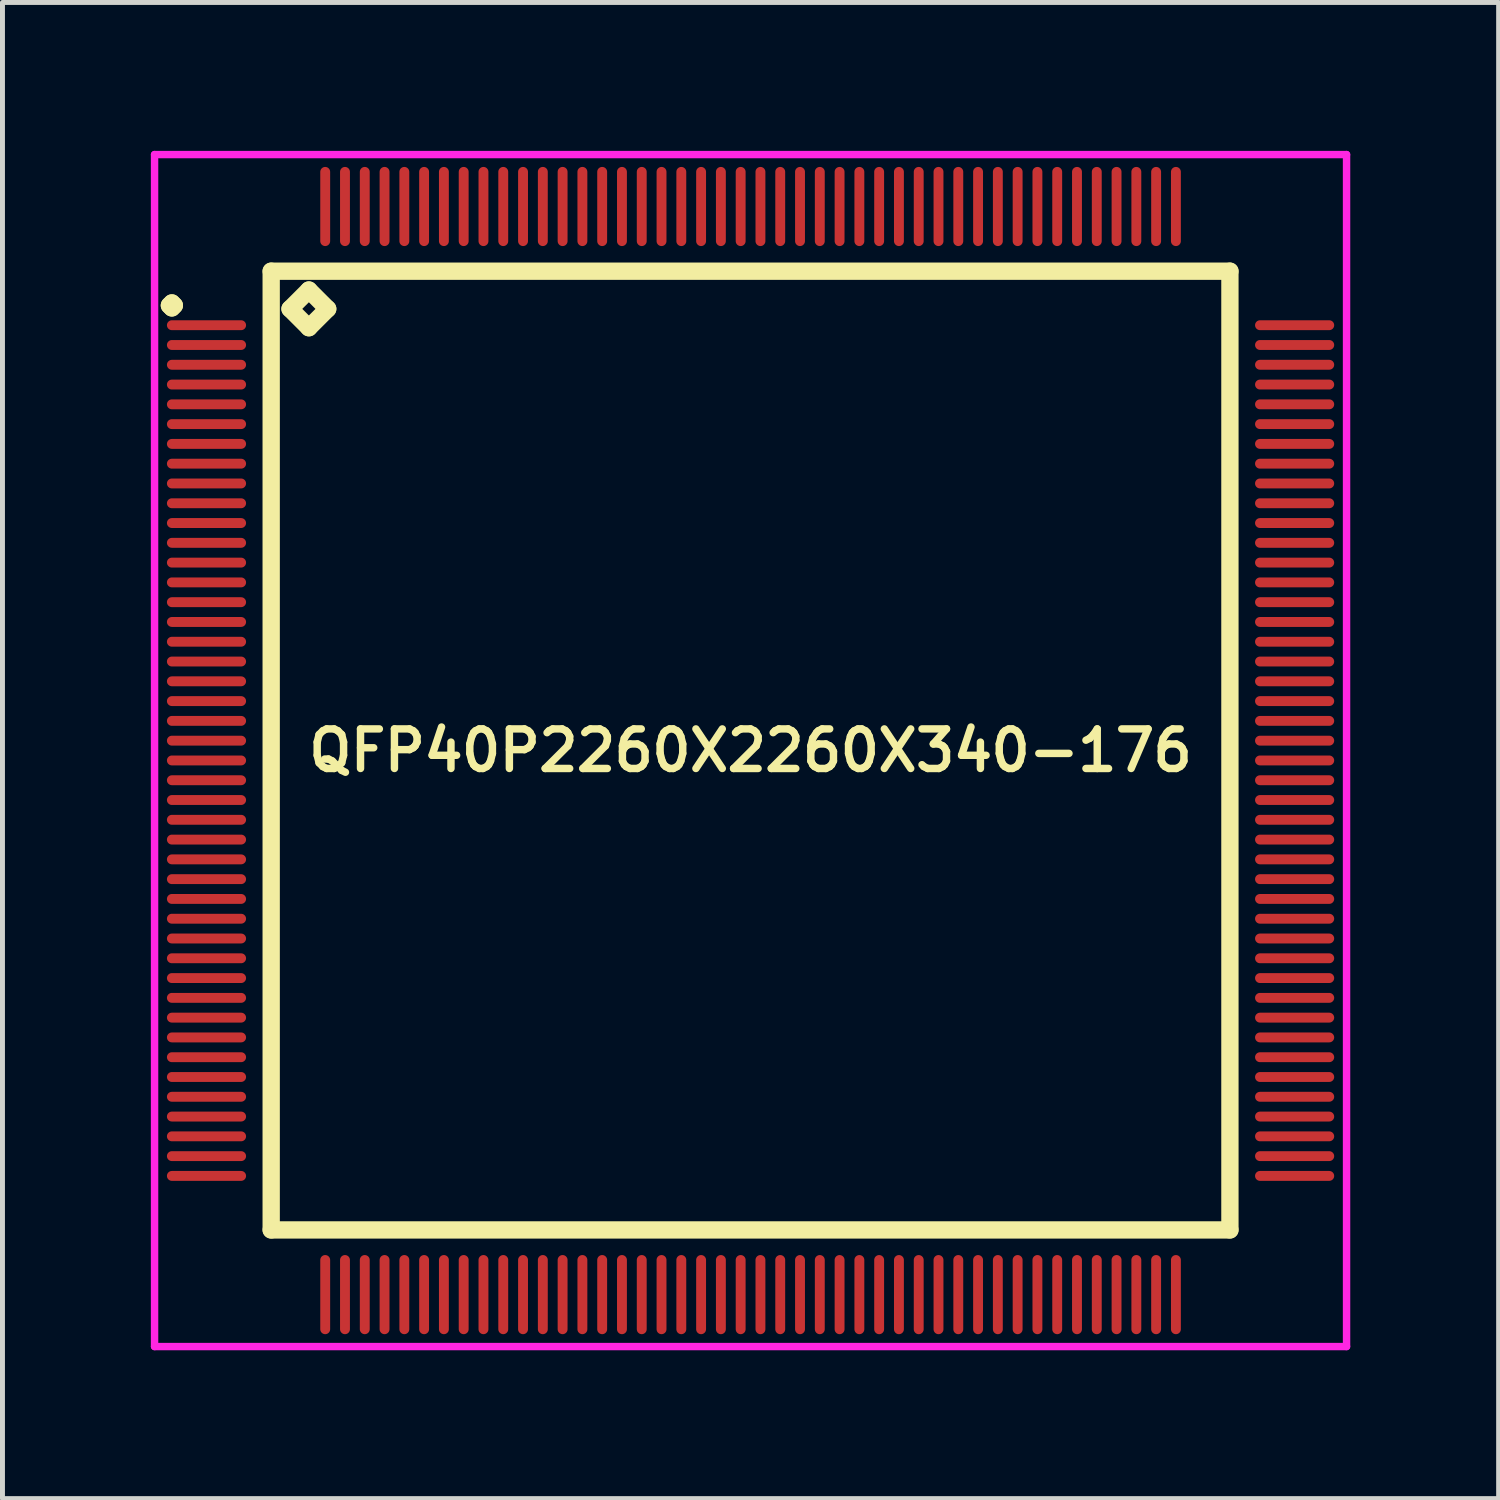
<source format=kicad_pcb>
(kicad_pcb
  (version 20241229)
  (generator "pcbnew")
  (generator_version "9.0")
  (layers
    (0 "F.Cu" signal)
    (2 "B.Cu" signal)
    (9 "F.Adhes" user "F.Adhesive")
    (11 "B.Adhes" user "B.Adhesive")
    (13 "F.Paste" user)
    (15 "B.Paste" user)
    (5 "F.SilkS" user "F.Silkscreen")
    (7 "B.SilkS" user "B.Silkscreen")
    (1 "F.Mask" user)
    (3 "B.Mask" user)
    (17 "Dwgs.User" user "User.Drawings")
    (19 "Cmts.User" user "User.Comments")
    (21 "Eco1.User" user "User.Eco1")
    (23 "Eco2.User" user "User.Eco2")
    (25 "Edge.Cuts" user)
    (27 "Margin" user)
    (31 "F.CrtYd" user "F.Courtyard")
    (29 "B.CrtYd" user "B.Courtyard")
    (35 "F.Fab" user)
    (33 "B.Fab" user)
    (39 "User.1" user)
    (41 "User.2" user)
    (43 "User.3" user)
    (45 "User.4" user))
  (footprint "QFP40P2260X2260X340-176"
    (layer "F.Cu")
    (at 12.125 12.125)
    (property "Reference" "QFP40P2260X2260X340-176" (at 0 0 0) (layer "F.SilkS") (effects (font (size 0.8 0.8) (thickness 0.15))))
    (attr smd)
    (fp_line (start -11.75 -9) (end -11.7 -9.05) (stroke (width 0.35) (type solid)) (layer "F.SilkS"))
    (fp_line (start -11.7 -9.05) (end -11.65 -9) (stroke (width 0.35) (type solid)) (layer "F.SilkS"))
    (fp_line (start -11.7 -8.95) (end -11.75 -9) (stroke (width 0.35) (type solid)) (layer "F.SilkS"))
    (fp_line (start -11.65 -9) (end -11.7 -8.95) (stroke (width 0.35) (type solid)) (layer "F.SilkS"))
    (fp_line (start -9.692 -9.692) (end -9.692 9.692) (stroke (width 0.35) (type solid)) (layer "F.SilkS"))
    (fp_line (start -9.692 9.692) (end 9.692 9.692) (stroke (width 0.35) (type solid)) (layer "F.SilkS"))
    (fp_line (start -9.311 -8.93) (end -8.93 -9.311) (stroke (width 0.35) (type solid)) (layer "F.SilkS"))
    (fp_line (start -8.93 -9.311) (end -8.549 -8.93) (stroke (width 0.35) (type solid)) (layer "F.SilkS"))
    (fp_line (start -8.93 -8.549) (end -9.311 -8.93) (stroke (width 0.35) (type solid)) (layer "F.SilkS"))
    (fp_line (start -8.549 -8.93) (end -8.93 -8.549) (stroke (width 0.35) (type solid)) (layer "F.SilkS"))
    (fp_line (start 9.692 -9.692) (end -9.692 -9.692) (stroke (width 0.35) (type solid)) (layer "F.SilkS"))
    (fp_line (start 9.692 9.692) (end 9.692 -9.692) (stroke (width 0.35) (type solid)) (layer "F.SilkS"))
    (fp_line (start -12.05 -12.05) (end 12.05 -12.05) (stroke (width 0.15) (type solid)) (layer "F.CrtYd"))
    (fp_line (start -12.05 12.05) (end -12.05 -12.05) (stroke (width 0.15) (type solid)) (layer "F.CrtYd"))
    (fp_line (start 12.05 -12.05) (end 12.05 12.05) (stroke (width 0.15) (type solid)) (layer "F.CrtYd"))
    (fp_line (start 12.05 12.05) (end -12.05 12.05) (stroke (width 0.15) (type solid)) (layer "F.CrtYd"))
    (pad "1" smd oval (at -11 -8.6) (size 1.6 0.2) (layers "F.Cu" "F.Mask" "F.Paste"))
    (pad "2" smd oval (at -11 -8.2) (size 1.6 0.2) (layers "F.Cu" "F.Mask" "F.Paste"))
    (pad "3" smd oval (at -11 -7.8) (size 1.6 0.2) (layers "F.Cu" "F.Mask" "F.Paste"))
    (pad "4" smd oval (at -11 -7.4) (size 1.6 0.2) (layers "F.Cu" "F.Mask" "F.Paste"))
    (pad "5" smd oval (at -11 -7) (size 1.6 0.2) (layers "F.Cu" "F.Mask" "F.Paste"))
    (pad "6" smd oval (at -11 -6.6) (size 1.6 0.2) (layers "F.Cu" "F.Mask" "F.Paste"))
    (pad "7" smd oval (at -11 -6.2) (size 1.6 0.2) (layers "F.Cu" "F.Mask" "F.Paste"))
    (pad "8" smd oval (at -11 -5.8) (size 1.6 0.2) (layers "F.Cu" "F.Mask" "F.Paste"))
    (pad "9" smd oval (at -11 -5.4) (size 1.6 0.2) (layers "F.Cu" "F.Mask" "F.Paste"))
    (pad "10" smd oval (at -11 -5) (size 1.6 0.2) (layers "F.Cu" "F.Mask" "F.Paste"))
    (pad "11" smd oval (at -11 -4.6) (size 1.6 0.2) (layers "F.Cu" "F.Mask" "F.Paste"))
    (pad "12" smd oval (at -11 -4.2) (size 1.6 0.2) (layers "F.Cu" "F.Mask" "F.Paste"))
    (pad "13" smd oval (at -11 -3.8) (size 1.6 0.2) (layers "F.Cu" "F.Mask" "F.Paste"))
    (pad "14" smd oval (at -11 -3.4) (size 1.6 0.2) (layers "F.Cu" "F.Mask" "F.Paste"))
    (pad "15" smd oval (at -11 -3) (size 1.6 0.2) (layers "F.Cu" "F.Mask" "F.Paste"))
    (pad "16" smd oval (at -11 -2.6) (size 1.6 0.2) (layers "F.Cu" "F.Mask" "F.Paste"))
    (pad "17" smd oval (at -11 -2.2) (size 1.6 0.2) (layers "F.Cu" "F.Mask" "F.Paste"))
    (pad "18" smd oval (at -11 -1.8) (size 1.6 0.2) (layers "F.Cu" "F.Mask" "F.Paste"))
    (pad "19" smd oval (at -11 -1.4) (size 1.6 0.2) (layers "F.Cu" "F.Mask" "F.Paste"))
    (pad "20" smd oval (at -11 -1) (size 1.6 0.2) (layers "F.Cu" "F.Mask" "F.Paste"))
    (pad "21" smd oval (at -11 -0.6) (size 1.6 0.2) (layers "F.Cu" "F.Mask" "F.Paste"))
    (pad "22" smd oval (at -11 -0.2) (size 1.6 0.2) (layers "F.Cu" "F.Mask" "F.Paste"))
    (pad "23" smd oval (at -11 0.2) (size 1.6 0.2) (layers "F.Cu" "F.Mask" "F.Paste"))
    (pad "24" smd oval (at -11 0.6) (size 1.6 0.2) (layers "F.Cu" "F.Mask" "F.Paste"))
    (pad "25" smd oval (at -11 1) (size 1.6 0.2) (layers "F.Cu" "F.Mask" "F.Paste"))
    (pad "26" smd oval (at -11 1.4) (size 1.6 0.2) (layers "F.Cu" "F.Mask" "F.Paste"))
    (pad "27" smd oval (at -11 1.8) (size 1.6 0.2) (layers "F.Cu" "F.Mask" "F.Paste"))
    (pad "28" smd oval (at -11 2.2) (size 1.6 0.2) (layers "F.Cu" "F.Mask" "F.Paste"))
    (pad "29" smd oval (at -11 2.6) (size 1.6 0.2) (layers "F.Cu" "F.Mask" "F.Paste"))
    (pad "30" smd oval (at -11 3) (size 1.6 0.2) (layers "F.Cu" "F.Mask" "F.Paste"))
    (pad "31" smd oval (at -11 3.4) (size 1.6 0.2) (layers "F.Cu" "F.Mask" "F.Paste"))
    (pad "32" smd oval (at -11 3.8) (size 1.6 0.2) (layers "F.Cu" "F.Mask" "F.Paste"))
    (pad "33" smd oval (at -11 4.2) (size 1.6 0.2) (layers "F.Cu" "F.Mask" "F.Paste"))
    (pad "34" smd oval (at -11 4.6) (size 1.6 0.2) (layers "F.Cu" "F.Mask" "F.Paste"))
    (pad "35" smd oval (at -11 5) (size 1.6 0.2) (layers "F.Cu" "F.Mask" "F.Paste"))
    (pad "36" smd oval (at -11 5.4) (size 1.6 0.2) (layers "F.Cu" "F.Mask" "F.Paste"))
    (pad "37" smd oval (at -11 5.8) (size 1.6 0.2) (layers "F.Cu" "F.Mask" "F.Paste"))
    (pad "38" smd oval (at -11 6.2) (size 1.6 0.2) (layers "F.Cu" "F.Mask" "F.Paste"))
    (pad "39" smd oval (at -11 6.6) (size 1.6 0.2) (layers "F.Cu" "F.Mask" "F.Paste"))
    (pad "40" smd oval (at -11 7) (size 1.6 0.2) (layers "F.Cu" "F.Mask" "F.Paste"))
    (pad "41" smd oval (at -11 7.4) (size 1.6 0.2) (layers "F.Cu" "F.Mask" "F.Paste"))
    (pad "42" smd oval (at -11 7.8) (size 1.6 0.2) (layers "F.Cu" "F.Mask" "F.Paste"))
    (pad "43" smd oval (at -11 8.2) (size 1.6 0.2) (layers "F.Cu" "F.Mask" "F.Paste"))
    (pad "44" smd oval (at -11 8.6) (size 1.6 0.2) (layers "F.Cu" "F.Mask" "F.Paste"))
    (pad "45" smd oval (at -8.6 11) (size 0.2 1.6) (layers "F.Cu" "F.Mask" "F.Paste"))
    (pad "46" smd oval (at -8.2 11) (size 0.2 1.6) (layers "F.Cu" "F.Mask" "F.Paste"))
    (pad "47" smd oval (at -7.8 11) (size 0.2 1.6) (layers "F.Cu" "F.Mask" "F.Paste"))
    (pad "48" smd oval (at -7.4 11) (size 0.2 1.6) (layers "F.Cu" "F.Mask" "F.Paste"))
    (pad "49" smd oval (at -7 11) (size 0.2 1.6) (layers "F.Cu" "F.Mask" "F.Paste"))
    (pad "50" smd oval (at -6.6 11) (size 0.2 1.6) (layers "F.Cu" "F.Mask" "F.Paste"))
    (pad "51" smd oval (at -6.2 11) (size 0.2 1.6) (layers "F.Cu" "F.Mask" "F.Paste"))
    (pad "52" smd oval (at -5.8 11) (size 0.2 1.6) (layers "F.Cu" "F.Mask" "F.Paste"))
    (pad "53" smd oval (at -5.4 11) (size 0.2 1.6) (layers "F.Cu" "F.Mask" "F.Paste"))
    (pad "54" smd oval (at -5 11) (size 0.2 1.6) (layers "F.Cu" "F.Mask" "F.Paste"))
    (pad "55" smd oval (at -4.6 11) (size 0.2 1.6) (layers "F.Cu" "F.Mask" "F.Paste"))
    (pad "56" smd oval (at -4.2 11) (size 0.2 1.6) (layers "F.Cu" "F.Mask" "F.Paste"))
    (pad "57" smd oval (at -3.8 11) (size 0.2 1.6) (layers "F.Cu" "F.Mask" "F.Paste"))
    (pad "58" smd oval (at -3.4 11) (size 0.2 1.6) (layers "F.Cu" "F.Mask" "F.Paste"))
    (pad "59" smd oval (at -3 11) (size 0.2 1.6) (layers "F.Cu" "F.Mask" "F.Paste"))
    (pad "60" smd oval (at -2.6 11) (size 0.2 1.6) (layers "F.Cu" "F.Mask" "F.Paste"))
    (pad "61" smd oval (at -2.2 11) (size 0.2 1.6) (layers "F.Cu" "F.Mask" "F.Paste"))
    (pad "62" smd oval (at -1.8 11) (size 0.2 1.6) (layers "F.Cu" "F.Mask" "F.Paste"))
    (pad "63" smd oval (at -1.4 11) (size 0.2 1.6) (layers "F.Cu" "F.Mask" "F.Paste"))
    (pad "64" smd oval (at -1 11) (size 0.2 1.6) (layers "F.Cu" "F.Mask" "F.Paste"))
    (pad "65" smd oval (at -0.6 11) (size 0.2 1.6) (layers "F.Cu" "F.Mask" "F.Paste"))
    (pad "66" smd oval (at -0.2 11) (size 0.2 1.6) (layers "F.Cu" "F.Mask" "F.Paste"))
    (pad "67" smd oval (at 0.2 11) (size 0.2 1.6) (layers "F.Cu" "F.Mask" "F.Paste"))
    (pad "68" smd oval (at 0.6 11) (size 0.2 1.6) (layers "F.Cu" "F.Mask" "F.Paste"))
    (pad "69" smd oval (at 1 11) (size 0.2 1.6) (layers "F.Cu" "F.Mask" "F.Paste"))
    (pad "70" smd oval (at 1.4 11) (size 0.2 1.6) (layers "F.Cu" "F.Mask" "F.Paste"))
    (pad "71" smd oval (at 1.8 11) (size 0.2 1.6) (layers "F.Cu" "F.Mask" "F.Paste"))
    (pad "72" smd oval (at 2.2 11) (size 0.2 1.6) (layers "F.Cu" "F.Mask" "F.Paste"))
    (pad "73" smd oval (at 2.6 11) (size 0.2 1.6) (layers "F.Cu" "F.Mask" "F.Paste"))
    (pad "74" smd oval (at 3 11) (size 0.2 1.6) (layers "F.Cu" "F.Mask" "F.Paste"))
    (pad "75" smd oval (at 3.4 11) (size 0.2 1.6) (layers "F.Cu" "F.Mask" "F.Paste"))
    (pad "76" smd oval (at 3.8 11) (size 0.2 1.6) (layers "F.Cu" "F.Mask" "F.Paste"))
    (pad "77" smd oval (at 4.2 11) (size 0.2 1.6) (layers "F.Cu" "F.Mask" "F.Paste"))
    (pad "78" smd oval (at 4.6 11) (size 0.2 1.6) (layers "F.Cu" "F.Mask" "F.Paste"))
    (pad "79" smd oval (at 5 11) (size 0.2 1.6) (layers "F.Cu" "F.Mask" "F.Paste"))
    (pad "80" smd oval (at 5.4 11) (size 0.2 1.6) (layers "F.Cu" "F.Mask" "F.Paste"))
    (pad "81" smd oval (at 5.8 11) (size 0.2 1.6) (layers "F.Cu" "F.Mask" "F.Paste"))
    (pad "82" smd oval (at 6.2 11) (size 0.2 1.6) (layers "F.Cu" "F.Mask" "F.Paste"))
    (pad "83" smd oval (at 6.6 11) (size 0.2 1.6) (layers "F.Cu" "F.Mask" "F.Paste"))
    (pad "84" smd oval (at 7 11) (size 0.2 1.6) (layers "F.Cu" "F.Mask" "F.Paste"))
    (pad "85" smd oval (at 7.4 11) (size 0.2 1.6) (layers "F.Cu" "F.Mask" "F.Paste"))
    (pad "86" smd oval (at 7.8 11) (size 0.2 1.6) (layers "F.Cu" "F.Mask" "F.Paste"))
    (pad "87" smd oval (at 8.2 11) (size 0.2 1.6) (layers "F.Cu" "F.Mask" "F.Paste"))
    (pad "88" smd oval (at 8.6 11) (size 0.2 1.6) (layers "F.Cu" "F.Mask" "F.Paste"))
    (pad "89" smd oval (at 11 8.6) (size 1.6 0.2) (layers "F.Cu" "F.Mask" "F.Paste"))
    (pad "90" smd oval (at 11 8.2) (size 1.6 0.2) (layers "F.Cu" "F.Mask" "F.Paste"))
    (pad "91" smd oval (at 11 7.8) (size 1.6 0.2) (layers "F.Cu" "F.Mask" "F.Paste"))
    (pad "92" smd oval (at 11 7.4) (size 1.6 0.2) (layers "F.Cu" "F.Mask" "F.Paste"))
    (pad "93" smd oval (at 11 7) (size 1.6 0.2) (layers "F.Cu" "F.Mask" "F.Paste"))
    (pad "94" smd oval (at 11 6.6) (size 1.6 0.2) (layers "F.Cu" "F.Mask" "F.Paste"))
    (pad "95" smd oval (at 11 6.2) (size 1.6 0.2) (layers "F.Cu" "F.Mask" "F.Paste"))
    (pad "96" smd oval (at 11 5.8) (size 1.6 0.2) (layers "F.Cu" "F.Mask" "F.Paste"))
    (pad "97" smd oval (at 11 5.4) (size 1.6 0.2) (layers "F.Cu" "F.Mask" "F.Paste"))
    (pad "98" smd oval (at 11 5) (size 1.6 0.2) (layers "F.Cu" "F.Mask" "F.Paste"))
    (pad "99" smd oval (at 11 4.6) (size 1.6 0.2) (layers "F.Cu" "F.Mask" "F.Paste"))
    (pad "100" smd oval (at 11 4.2) (size 1.6 0.2) (layers "F.Cu" "F.Mask" "F.Paste"))
    (pad "101" smd oval (at 11 3.8) (size 1.6 0.2) (layers "F.Cu" "F.Mask" "F.Paste"))
    (pad "102" smd oval (at 11 3.4) (size 1.6 0.2) (layers "F.Cu" "F.Mask" "F.Paste"))
    (pad "103" smd oval (at 11 3) (size 1.6 0.2) (layers "F.Cu" "F.Mask" "F.Paste"))
    (pad "104" smd oval (at 11 2.6) (size 1.6 0.2) (layers "F.Cu" "F.Mask" "F.Paste"))
    (pad "105" smd oval (at 11 2.2) (size 1.6 0.2) (layers "F.Cu" "F.Mask" "F.Paste"))
    (pad "106" smd oval (at 11 1.8) (size 1.6 0.2) (layers "F.Cu" "F.Mask" "F.Paste"))
    (pad "107" smd oval (at 11 1.4) (size 1.6 0.2) (layers "F.Cu" "F.Mask" "F.Paste"))
    (pad "108" smd oval (at 11 1) (size 1.6 0.2) (layers "F.Cu" "F.Mask" "F.Paste"))
    (pad "109" smd oval (at 11 0.6) (size 1.6 0.2) (layers "F.Cu" "F.Mask" "F.Paste"))
    (pad "110" smd oval (at 11 0.2) (size 1.6 0.2) (layers "F.Cu" "F.Mask" "F.Paste"))
    (pad "111" smd oval (at 11 -0.2) (size 1.6 0.2) (layers "F.Cu" "F.Mask" "F.Paste"))
    (pad "112" smd oval (at 11 -0.6) (size 1.6 0.2) (layers "F.Cu" "F.Mask" "F.Paste"))
    (pad "113" smd oval (at 11 -1) (size 1.6 0.2) (layers "F.Cu" "F.Mask" "F.Paste"))
    (pad "114" smd oval (at 11 -1.4) (size 1.6 0.2) (layers "F.Cu" "F.Mask" "F.Paste"))
    (pad "115" smd oval (at 11 -1.8) (size 1.6 0.2) (layers "F.Cu" "F.Mask" "F.Paste"))
    (pad "116" smd oval (at 11 -2.2) (size 1.6 0.2) (layers "F.Cu" "F.Mask" "F.Paste"))
    (pad "117" smd oval (at 11 -2.6) (size 1.6 0.2) (layers "F.Cu" "F.Mask" "F.Paste"))
    (pad "118" smd oval (at 11 -3) (size 1.6 0.2) (layers "F.Cu" "F.Mask" "F.Paste"))
    (pad "119" smd oval (at 11 -3.4) (size 1.6 0.2) (layers "F.Cu" "F.Mask" "F.Paste"))
    (pad "120" smd oval (at 11 -3.8) (size 1.6 0.2) (layers "F.Cu" "F.Mask" "F.Paste"))
    (pad "121" smd oval (at 11 -4.2) (size 1.6 0.2) (layers "F.Cu" "F.Mask" "F.Paste"))
    (pad "122" smd oval (at 11 -4.6) (size 1.6 0.2) (layers "F.Cu" "F.Mask" "F.Paste"))
    (pad "123" smd oval (at 11 -5) (size 1.6 0.2) (layers "F.Cu" "F.Mask" "F.Paste"))
    (pad "124" smd oval (at 11 -5.4) (size 1.6 0.2) (layers "F.Cu" "F.Mask" "F.Paste"))
    (pad "125" smd oval (at 11 -5.8) (size 1.6 0.2) (layers "F.Cu" "F.Mask" "F.Paste"))
    (pad "126" smd oval (at 11 -6.2) (size 1.6 0.2) (layers "F.Cu" "F.Mask" "F.Paste"))
    (pad "127" smd oval (at 11 -6.6) (size 1.6 0.2) (layers "F.Cu" "F.Mask" "F.Paste"))
    (pad "128" smd oval (at 11 -7) (size 1.6 0.2) (layers "F.Cu" "F.Mask" "F.Paste"))
    (pad "129" smd oval (at 11 -7.4) (size 1.6 0.2) (layers "F.Cu" "F.Mask" "F.Paste"))
    (pad "130" smd oval (at 11 -7.8) (size 1.6 0.2) (layers "F.Cu" "F.Mask" "F.Paste"))
    (pad "131" smd oval (at 11 -8.2) (size 1.6 0.2) (layers "F.Cu" "F.Mask" "F.Paste"))
    (pad "132" smd oval (at 11 -8.6) (size 1.6 0.2) (layers "F.Cu" "F.Mask" "F.Paste"))
    (pad "133" smd oval (at 8.6 -11) (size 0.2 1.6) (layers "F.Cu" "F.Mask" "F.Paste"))
    (pad "134" smd oval (at 8.2 -11) (size 0.2 1.6) (layers "F.Cu" "F.Mask" "F.Paste"))
    (pad "135" smd oval (at 7.8 -11) (size 0.2 1.6) (layers "F.Cu" "F.Mask" "F.Paste"))
    (pad "136" smd oval (at 7.4 -11) (size 0.2 1.6) (layers "F.Cu" "F.Mask" "F.Paste"))
    (pad "137" smd oval (at 7 -11) (size 0.2 1.6) (layers "F.Cu" "F.Mask" "F.Paste"))
    (pad "138" smd oval (at 6.6 -11) (size 0.2 1.6) (layers "F.Cu" "F.Mask" "F.Paste"))
    (pad "139" smd oval (at 6.2 -11) (size 0.2 1.6) (layers "F.Cu" "F.Mask" "F.Paste"))
    (pad "140" smd oval (at 5.8 -11) (size 0.2 1.6) (layers "F.Cu" "F.Mask" "F.Paste"))
    (pad "141" smd oval (at 5.4 -11) (size 0.2 1.6) (layers "F.Cu" "F.Mask" "F.Paste"))
    (pad "142" smd oval (at 5 -11) (size 0.2 1.6) (layers "F.Cu" "F.Mask" "F.Paste"))
    (pad "143" smd oval (at 4.6 -11) (size 0.2 1.6) (layers "F.Cu" "F.Mask" "F.Paste"))
    (pad "144" smd oval (at 4.2 -11) (size 0.2 1.6) (layers "F.Cu" "F.Mask" "F.Paste"))
    (pad "145" smd oval (at 3.8 -11) (size 0.2 1.6) (layers "F.Cu" "F.Mask" "F.Paste"))
    (pad "146" smd oval (at 3.4 -11) (size 0.2 1.6) (layers "F.Cu" "F.Mask" "F.Paste"))
    (pad "147" smd oval (at 3 -11) (size 0.2 1.6) (layers "F.Cu" "F.Mask" "F.Paste"))
    (pad "148" smd oval (at 2.6 -11) (size 0.2 1.6) (layers "F.Cu" "F.Mask" "F.Paste"))
    (pad "149" smd oval (at 2.2 -11) (size 0.2 1.6) (layers "F.Cu" "F.Mask" "F.Paste"))
    (pad "150" smd oval (at 1.8 -11) (size 0.2 1.6) (layers "F.Cu" "F.Mask" "F.Paste"))
    (pad "151" smd oval (at 1.4 -11) (size 0.2 1.6) (layers "F.Cu" "F.Mask" "F.Paste"))
    (pad "152" smd oval (at 1 -11) (size 0.2 1.6) (layers "F.Cu" "F.Mask" "F.Paste"))
    (pad "153" smd oval (at 0.6 -11) (size 0.2 1.6) (layers "F.Cu" "F.Mask" "F.Paste"))
    (pad "154" smd oval (at 0.2 -11) (size 0.2 1.6) (layers "F.Cu" "F.Mask" "F.Paste"))
    (pad "155" smd oval (at -0.2 -11) (size 0.2 1.6) (layers "F.Cu" "F.Mask" "F.Paste"))
    (pad "156" smd oval (at -0.6 -11) (size 0.2 1.6) (layers "F.Cu" "F.Mask" "F.Paste"))
    (pad "157" smd oval (at -1 -11) (size 0.2 1.6) (layers "F.Cu" "F.Mask" "F.Paste"))
    (pad "158" smd oval (at -1.4 -11) (size 0.2 1.6) (layers "F.Cu" "F.Mask" "F.Paste"))
    (pad "159" smd oval (at -1.8 -11) (size 0.2 1.6) (layers "F.Cu" "F.Mask" "F.Paste"))
    (pad "160" smd oval (at -2.2 -11) (size 0.2 1.6) (layers "F.Cu" "F.Mask" "F.Paste"))
    (pad "161" smd oval (at -2.6 -11) (size 0.2 1.6) (layers "F.Cu" "F.Mask" "F.Paste"))
    (pad "162" smd oval (at -3 -11) (size 0.2 1.6) (layers "F.Cu" "F.Mask" "F.Paste"))
    (pad "163" smd oval (at -3.4 -11) (size 0.2 1.6) (layers "F.Cu" "F.Mask" "F.Paste"))
    (pad "164" smd oval (at -3.8 -11) (size 0.2 1.6) (layers "F.Cu" "F.Mask" "F.Paste"))
    (pad "165" smd oval (at -4.2 -11) (size 0.2 1.6) (layers "F.Cu" "F.Mask" "F.Paste"))
    (pad "166" smd oval (at -4.6 -11) (size 0.2 1.6) (layers "F.Cu" "F.Mask" "F.Paste"))
    (pad "167" smd oval (at -5 -11) (size 0.2 1.6) (layers "F.Cu" "F.Mask" "F.Paste"))
    (pad "168" smd oval (at -5.4 -11) (size 0.2 1.6) (layers "F.Cu" "F.Mask" "F.Paste"))
    (pad "169" smd oval (at -5.8 -11) (size 0.2 1.6) (layers "F.Cu" "F.Mask" "F.Paste"))
    (pad "170" smd oval (at -6.2 -11) (size 0.2 1.6) (layers "F.Cu" "F.Mask" "F.Paste"))
    (pad "171" smd oval (at -6.6 -11) (size 0.2 1.6) (layers "F.Cu" "F.Mask" "F.Paste"))
    (pad "172" smd oval (at -7 -11) (size 0.2 1.6) (layers "F.Cu" "F.Mask" "F.Paste"))
    (pad "173" smd oval (at -7.4 -11) (size 0.2 1.6) (layers "F.Cu" "F.Mask" "F.Paste"))
    (pad "174" smd oval (at -7.8 -11) (size 0.2 1.6) (layers "F.Cu" "F.Mask" "F.Paste"))
    (pad "175" smd oval (at -8.2 -11) (size 0.2 1.6) (layers "F.Cu" "F.Mask" "F.Paste"))
    (pad "176" smd oval (at -8.6 -11) (size 0.2 1.6) (layers "F.Cu" "F.Mask" "F.Paste")))
  (gr_rect
    (start -3 -3)
    (end 27.25 27.25)
    (stroke (width 0.1) (type default))
    (fill no)
    (layer "Edge.Cuts")))
</source>
